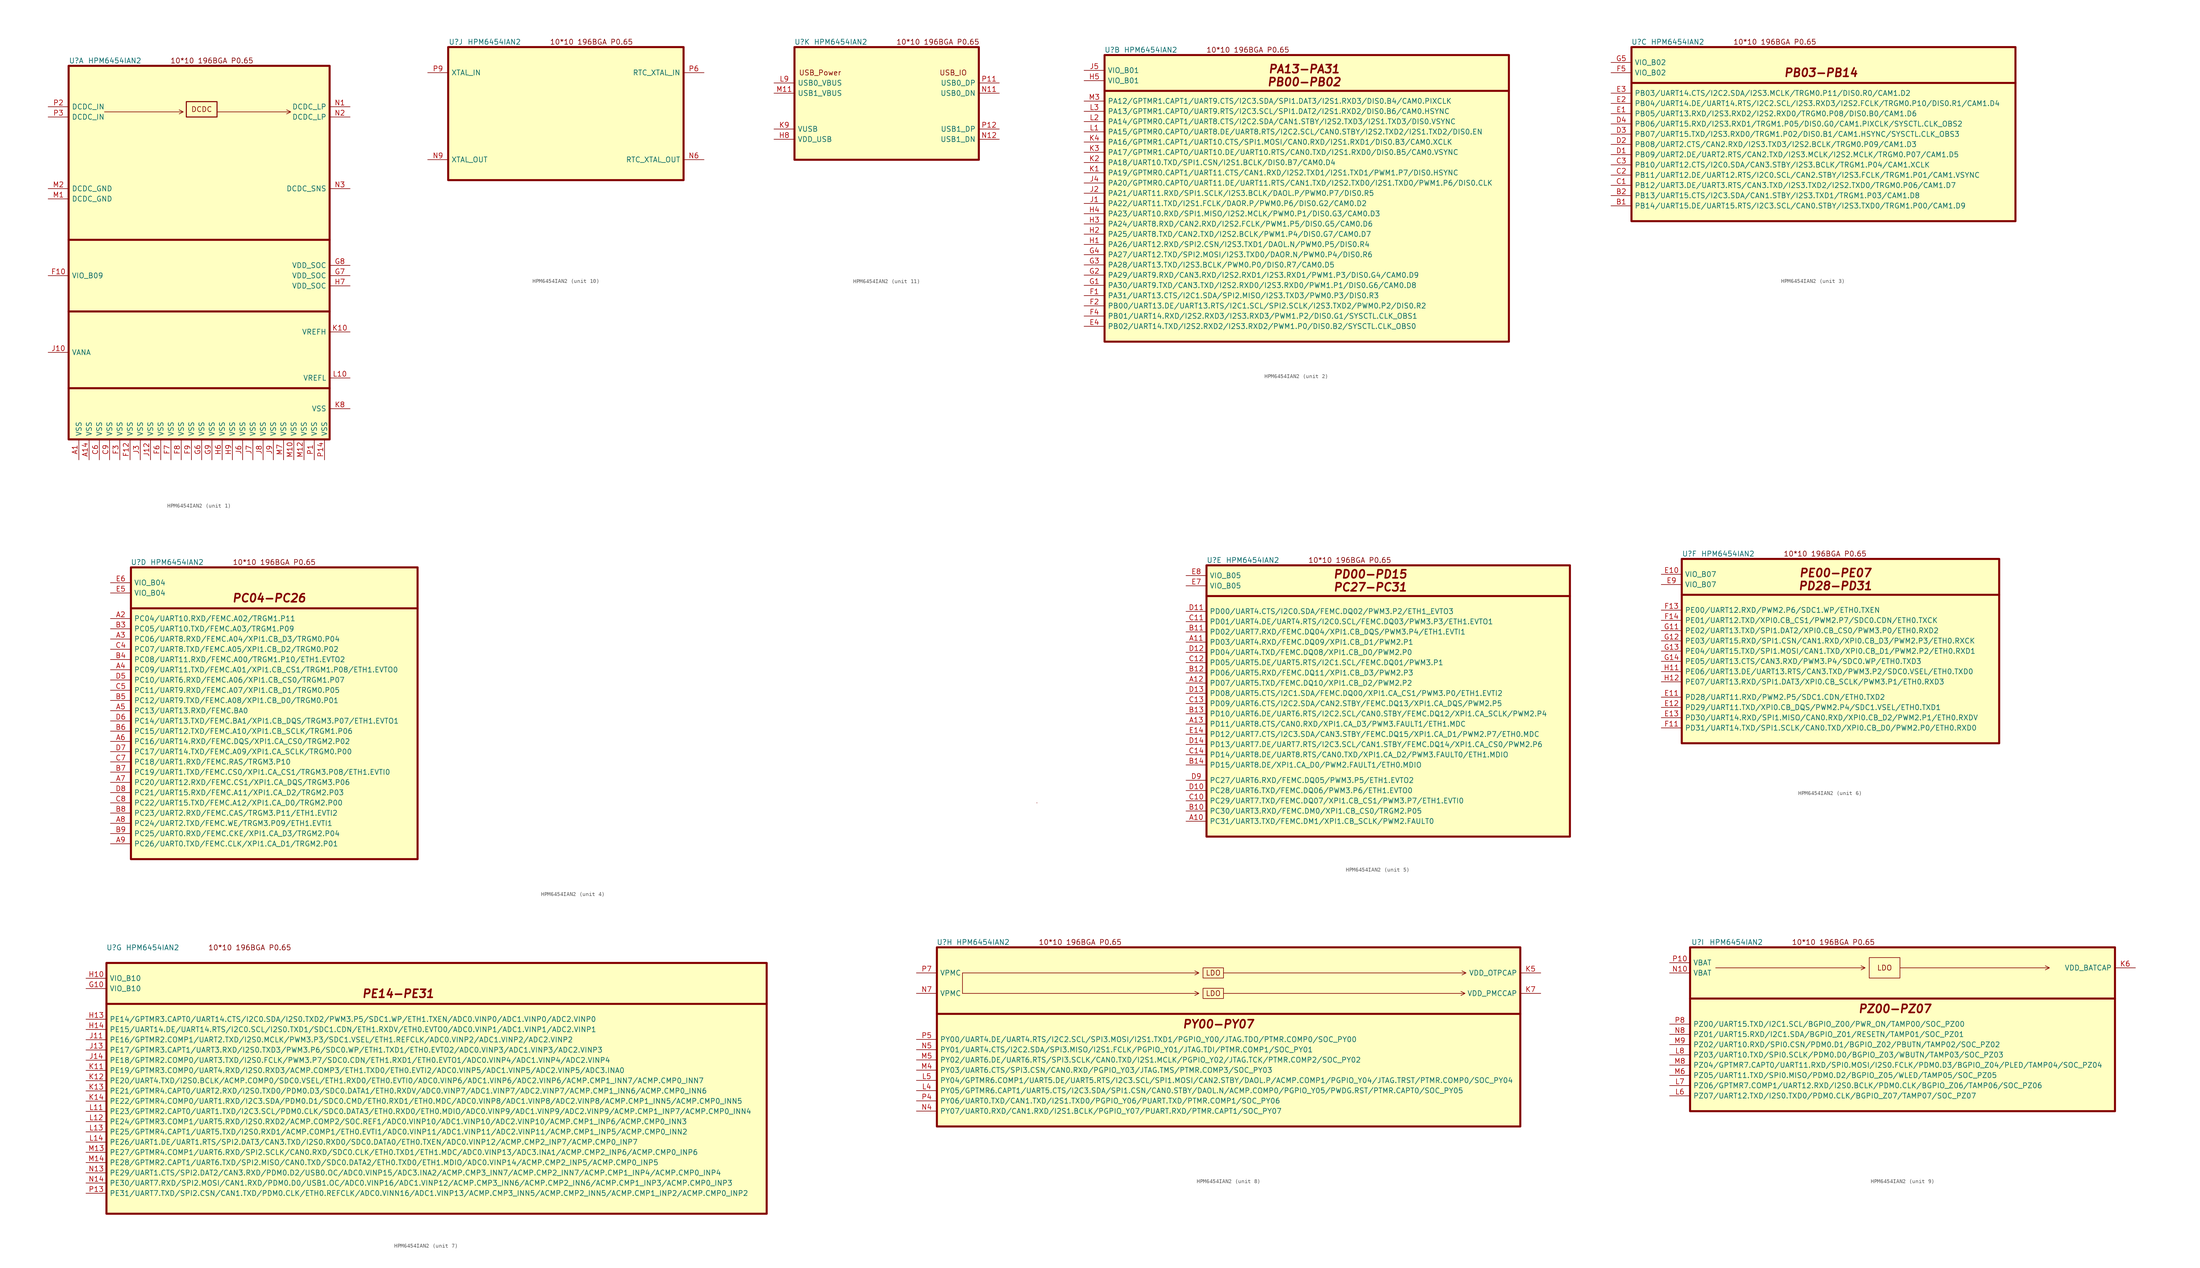
<source format=kicad_sym>
(kicad_symbol_lib
  (version 20220914)
  (generator kicad_symbol_editor)
  (symbol "HPM6454IAN2"
    (pin_names
      (offset 0.762))
    (property "Reference" "U"
      (at 1.905 1.27 0)
      (effects (font (size 1.27 1.27))))
    (property "Value" "HPM6454IAN2"
      (at 11.43 1.27 0)
      (effects (font (size 1.27 1.27))))
    (property "ki_locked" ""
      (at 0 0 0)
      (effects (font (size 1.27 1.27))))
    (symbol "HPM6454IAN2_0_0"
      (text "" (at 41.91 -51.435 0) (effects (font (size 1.27 1.27))))
      (text "10*10 196BGA P0.65" (at 35.56 1.27 0) (effects (font (size 1.27 1.27)))))
    (symbol "HPM6454IAN2_1_0"
      (polyline (pts (xy 8.89 -11.43) (xy 28.448 -11.43) (xy 27.432 -10.922) (xy 28.448 -11.43) (xy 27.432 -11.938)) (stroke (width 0) (type default)) (fill (type none)))
      (polyline (pts (xy 36.83 -11.43) (xy 55.118 -11.43) (xy 54.102 -10.922) (xy 55.118 -11.43) (xy 54.102 -11.938)) (stroke (width 0) (type default)) (fill (type none)))
      (text "DCDC" (at 33.02 -10.795 0) (effects (font (size 1.27 1.27)))))
    (symbol "HPM6454IAN2_1_1"
      (polyline (pts (xy 0 -80.01) (xy 64.77 -80.01)) (stroke (width 0.508) (type default)) (fill (type none)))
      (polyline (pts (xy 0 -60.96) (xy 64.77 -60.96)) (stroke (width 0.508) (type default)) (fill (type none)))
      (polyline (pts (xy 0 -43.18) (xy 64.77 -43.18)) (stroke (width 0.508) (type default)) (fill (type none)))
      (rectangle (start 0 0) (end 64.77 -92.71) (stroke (width 0.508) (type default)) (fill (type background)))
      (rectangle (start 29.21 -8.89) (end 36.83 -12.7) (stroke (width 0.254) (type default)) (fill (type background)))
      (pin power_out line (at 2.54 -97.79 90) (length 5.08) (name "VSS" (effects (font (size 1.27 1.27)))) (number "A1" (effects (font (size 1.27 1.27)))))
      (pin power_out line (at 5.08 -97.79 90) (length 5.08) (name "VSS" (effects (font (size 1.27 1.27)))) (number "A14" (effects (font (size 1.27 1.27)))))
      (pin power_out line (at 7.62 -97.79 90) (length 5.08) (name "VSS" (effects (font (size 1.27 1.27)))) (number "C6" (effects (font (size 1.27 1.27)))))
      (pin power_out line (at 10.16 -97.79 90) (length 5.08) (name "VSS" (effects (font (size 1.27 1.27)))) (number "C9" (effects (font (size 1.27 1.27)))))
      (pin power_in line (at -5.08 -52.07 0) (length 5.08) (name "VIO_B09" (effects (font (size 1.27 1.27)))) (number "F10" (effects (font (size 1.27 1.27)))))
      (pin power_out line (at 15.24 -97.79 90) (length 5.08) (name "VSS" (effects (font (size 1.27 1.27)))) (number "F12" (effects (font (size 1.27 1.27)))))
      (pin power_out line (at 12.7 -97.79 90) (length 5.08) (name "VSS" (effects (font (size 1.27 1.27)))) (number "F3" (effects (font (size 1.27 1.27)))))
      (pin power_out line (at 22.86 -97.79 90) (length 5.08) (name "VSS" (effects (font (size 1.27 1.27)))) (number "F6" (effects (font (size 1.27 1.27)))))
      (pin power_out line (at 25.4 -97.79 90) (length 5.08) (name "VSS" (effects (font (size 1.27 1.27)))) (number "F7" (effects (font (size 1.27 1.27)))))
      (pin power_out line (at 27.94 -97.79 90) (length 5.08) (name "VSS" (effects (font (size 1.27 1.27)))) (number "F8" (effects (font (size 1.27 1.27)))))
      (pin power_out line (at 30.48 -97.79 90) (length 5.08) (name "VSS" (effects (font (size 1.27 1.27)))) (number "F9" (effects (font (size 1.27 1.27)))))
      (pin power_out line (at 33.02 -97.79 90) (length 5.08) (name "VSS" (effects (font (size 1.27 1.27)))) (number "G6" (effects (font (size 1.27 1.27)))))
      (pin power_in line (at 69.85 -52.07 180) (length 5.08) (name "VDD_SOC" (effects (font (size 1.27 1.27)))) (number "G7" (effects (font (size 1.27 1.27)))))
      (pin power_in line (at 69.85 -49.53 180) (length 5.08) (name "VDD_SOC" (effects (font (size 1.27 1.27)))) (number "G8" (effects (font (size 1.27 1.27)))))
      (pin power_out line (at 35.56 -97.79 90) (length 5.08) (name "VSS" (effects (font (size 1.27 1.27)))) (number "G9" (effects (font (size 1.27 1.27)))))
      (pin power_out line (at 38.1 -97.79 90) (length 5.08) (name "VSS" (effects (font (size 1.27 1.27)))) (number "H6" (effects (font (size 1.27 1.27)))))
      (pin power_in line (at 69.85 -54.61 180) (length 5.08) (name "VDD_SOC" (effects (font (size 1.27 1.27)))) (number "H7" (effects (font (size 1.27 1.27)))))
      (pin power_out line (at 40.64 -97.79 90) (length 5.08) (name "VSS" (effects (font (size 1.27 1.27)))) (number "H9" (effects (font (size 1.27 1.27)))))
      (pin power_in line (at -5.08 -71.12 0) (length 5.08) (name "VANA" (effects (font (size 1.27 1.27)))) (number "J10" (effects (font (size 1.27 1.27)))))
      (pin power_out line (at 20.32 -97.79 90) (length 5.08) (name "VSS" (effects (font (size 1.27 1.27)))) (number "J12" (effects (font (size 1.27 1.27)))))
      (pin power_out line (at 17.78 -97.79 90) (length 5.08) (name "VSS" (effects (font (size 1.27 1.27)))) (number "J3" (effects (font (size 1.27 1.27)))))
      (pin power_out line (at 43.18 -97.79 90) (length 5.08) (name "VSS" (effects (font (size 1.27 1.27)))) (number "J6" (effects (font (size 1.27 1.27)))))
      (pin power_out line (at 45.72 -97.79 90) (length 5.08) (name "VSS" (effects (font (size 1.27 1.27)))) (number "J7" (effects (font (size 1.27 1.27)))))
      (pin power_out line (at 48.26 -97.79 90) (length 5.08) (name "VSS" (effects (font (size 1.27 1.27)))) (number "J8" (effects (font (size 1.27 1.27)))))
      (pin power_out line (at 50.8 -97.79 90) (length 5.08) (name "VSS" (effects (font (size 1.27 1.27)))) (number "J9" (effects (font (size 1.27 1.27)))))
      (pin power_in line (at 69.85 -66.04 180) (length 5.08) (name "VREFH" (effects (font (size 1.27 1.27)))) (number "K10" (effects (font (size 1.27 1.27)))))
      (pin power_out line (at 69.85 -85.09 180) (length 5.08) (name "VSS" (effects (font (size 1.27 1.27)))) (number "K8" (effects (font (size 1.27 1.27)))))
      (pin power_out line (at 69.85 -77.47 180) (length 5.08) (name "VREFL" (effects (font (size 1.27 1.27)))) (number "L10" (effects (font (size 1.27 1.27)))))
      (pin power_out line (at -5.08 -33.02 0) (length 5.08) (name "DCDC_GND" (effects (font (size 1.27 1.27)))) (number "M1" (effects (font (size 1.27 1.27)))))
      (pin power_out line (at 55.88 -97.79 90) (length 5.08) (name "VSS" (effects (font (size 1.27 1.27)))) (number "M10" (effects (font (size 1.27 1.27)))))
      (pin power_out line (at 58.42 -97.79 90) (length 5.08) (name "VSS" (effects (font (size 1.27 1.27)))) (number "M12" (effects (font (size 1.27 1.27)))))
      (pin power_out line (at -5.08 -30.48 0) (length 5.08) (name "DCDC_GND" (effects (font (size 1.27 1.27)))) (number "M2" (effects (font (size 1.27 1.27)))))
      (pin power_out line (at 53.34 -97.79 90) (length 5.08) (name "VSS" (effects (font (size 1.27 1.27)))) (number "M7" (effects (font (size 1.27 1.27)))))
      (pin power_out line (at 69.85 -10.16 180) (length 5.08) (name "DCDC_LP" (effects (font (size 1.27 1.27)))) (number "N1" (effects (font (size 1.27 1.27)))))
      (pin power_out line (at 69.85 -12.7 180) (length 5.08) (name "DCDC_LP" (effects (font (size 1.27 1.27)))) (number "N2" (effects (font (size 1.27 1.27)))))
      (pin input line (at 69.85 -30.48 180) (length 5.08) (name "DCDC_SNS" (effects (font (size 1.27 1.27)))) (number "N3" (effects (font (size 1.27 1.27)))))
      (pin power_out line (at 60.96 -97.79 90) (length 5.08) (name "VSS" (effects (font (size 1.27 1.27)))) (number "P1" (effects (font (size 1.27 1.27)))))
      (pin power_out line (at 63.5 -97.79 90) (length 5.08) (name "VSS" (effects (font (size 1.27 1.27)))) (number "P14" (effects (font (size 1.27 1.27)))))
      (pin power_in line (at -5.08 -10.16 0) (length 5.08) (name "DCDC_IN" (effects (font (size 1.27 1.27)))) (number "P2" (effects (font (size 1.27 1.27)))))
      (pin power_in line (at -5.08 -12.7 0) (length 5.08) (name "DCDC_IN" (effects (font (size 1.27 1.27)))) (number "P3" (effects (font (size 1.27 1.27))))))
    (symbol "HPM6454IAN2_2_0"
      (polyline (pts (xy 0 -8.89) (xy 100.33 -8.89)) (stroke (width 0.5) (type default)) (fill (type none)))
      (rectangle (start 0 0) (end 100.33 -71.12) (stroke (width 0.5) (type default)) (fill (type background))))
    (symbol "HPM6454IAN2_2_1"
      (text "PA13-PA31\nPB00-PB02" (at 49.53 -5.08 0) (effects (font (face "KiCad Font") (size 2 2) bold italic)))
      (pin bidirectional line (at -5.08 -67.31 0) (length 5.08) (name "PB02/UART14.TXD/I2S2.RXD2/I2S3.RXD2/PWM1.P0/DIS0.B2/SYSCTL.CLK_OBS0" (effects (font (size 1.27 1.27)))) (number "E4" (effects (font (size 1.27 1.27)))))
      (pin bidirectional line (at -5.08 -59.69 0) (length 5.08) (name "PA31/UART13.CTS/I2C1.SDA/SPI2.MISO/I2S3.TXD3/PWM0.P3/DIS0.R3" (effects (font (size 1.27 1.27)))) (number "F1" (effects (font (size 1.27 1.27)))))
      (pin bidirectional line (at -5.08 -62.23 0) (length 5.08) (name "PB00/UART13.DE/UART13.RTS/I2C1.SCL/SPI2.SCLK/I2S3.TXD2/PWM0.P2/DIS0.R2" (effects (font (size 1.27 1.27)))) (number "F2" (effects (font (size 1.27 1.27)))))
      (pin bidirectional line (at -5.08 -64.77 0) (length 5.08) (name "PB01/UART14.RXD/I2S2.RXD3/I2S3.RXD3/PWM1.P2/DIS0.G1/SYSCTL.CLK_OBS1" (effects (font (size 1.27 1.27)))) (number "F4" (effects (font (size 1.27 1.27)))))
      (pin bidirectional line (at -5.08 -57.15 0) (length 5.08) (name "PA30/UART9.TXD/CAN3.TXD/I2S2.RXD0/I2S3.RXD0/PWM1.P1/DIS0.G6/CAM0.D8" (effects (font (size 1.27 1.27)))) (number "G1" (effects (font (size 1.27 1.27)))))
      (pin bidirectional line (at -5.08 -54.61 0) (length 5.08) (name "PA29/UART9.RXD/CAN3.RXD/I2S2.RXD1/I2S3.RXD1/PWM1.P3/DIS0.G4/CAM0.D9" (effects (font (size 1.27 1.27)))) (number "G2" (effects (font (size 1.27 1.27)))))
      (pin bidirectional line (at -5.08 -52.07 0) (length 5.08) (name "PA28/UART13.TXD/I2S3.BCLK/PWM0.P0/DIS0.R7/CAM0.D5" (effects (font (size 1.27 1.27)))) (number "G3" (effects (font (size 1.27 1.27)))))
      (pin bidirectional line (at -5.08 -49.53 0) (length 5.08) (name "PA27/UART12.TXD/SPI2.MOSI/I2S3.TXD0/DAOR.N/PWM0.P4/DIS0.R6" (effects (font (size 1.27 1.27)))) (number "G4" (effects (font (size 1.27 1.27)))))
      (pin bidirectional line (at -5.08 -46.99 0) (length 5.08) (name "PA26/UART12.RXD/SPI2.CSN/I2S3.TXD1/DAOL.N/PWM0.P5/DIS0.R4" (effects (font (size 1.27 1.27)))) (number "H1" (effects (font (size 1.27 1.27)))))
      (pin bidirectional line (at -5.08 -44.45 0) (length 5.08) (name "PA25/UART8.TXD/CAN2.TXD/I2S2.BCLK/PWM1.P4/DIS0.G7/CAM0.D7" (effects (font (size 1.27 1.27)))) (number "H2" (effects (font (size 1.27 1.27)))))
      (pin bidirectional line (at -5.08 -41.91 0) (length 5.08) (name "PA24/UART8.RXD/CAN2.RXD/I2S2.FCLK/PWM1.P5/DIS0.G5/CAM0.D6" (effects (font (size 1.27 1.27)))) (number "H3" (effects (font (size 1.27 1.27)))))
      (pin bidirectional line (at -5.08 -39.37 0) (length 5.08) (name "PA23/UART10.RXD/SPI1.MISO/I2S2.MCLK/PWM0.P1/DIS0.G3/CAM0.D3" (effects (font (size 1.27 1.27)))) (number "H4" (effects (font (size 1.27 1.27)))))
      (pin power_in line (at -5.08 -6.35 0) (length 5.08) (name "VIO_B01" (effects (font (size 1.27 1.27)))) (number "H5" (effects (font (size 1.27 1.27)))))
      (pin bidirectional line (at -5.08 -36.83 0) (length 5.08) (name "PA22/UART11.TXD/I2S1.FCLK/DAOR.P/PWM0.P6/DIS0.G2/CAM0.D2" (effects (font (size 1.27 1.27)))) (number "J1" (effects (font (size 1.27 1.27)))))
      (pin bidirectional line (at -5.08 -34.29 0) (length 5.08) (name "PA21/UART11.RXD/SPI1.SCLK/I2S3.BCLK/DAOL.P/PWM0.P7/DIS0.R5" (effects (font (size 1.27 1.27)))) (number "J2" (effects (font (size 1.27 1.27)))))
      (pin bidirectional line (at -5.08 -31.75 0) (length 5.08) (name "PA20/GPTMR0.CAPT0/UART11.DE/UART11.RTS/CAN1.TXD/I2S2.TXD0/I2S1.TXD0/PWM1.P6/DIS0.CLK" (effects (font (size 1.27 1.27)))) (number "J4" (effects (font (size 1.27 1.27)))))
      (pin power_in line (at -5.08 -3.81 0) (length 5.08) (name "VIO_B01" (effects (font (size 1.27 1.27)))) (number "J5" (effects (font (size 1.27 1.27)))))
      (pin bidirectional line (at -5.08 -29.21 0) (length 5.08) (name "PA19/GPTMR0.CAPT1/UART11.CTS/CAN1.RXD/I2S2.TXD1/I2S1.TXD1/PWM1.P7/DIS0.HSYNC" (effects (font (size 1.27 1.27)))) (number "K1" (effects (font (size 1.27 1.27)))))
      (pin bidirectional line (at -5.08 -26.67 0) (length 5.08) (name "PA18/UART10.TXD/SPI1.CSN/I2S1.BCLK/DIS0.B7/CAM0.D4" (effects (font (size 1.27 1.27)))) (number "K2" (effects (font (size 1.27 1.27)))))
      (pin bidirectional line (at -5.08 -24.13 0) (length 5.08) (name "PA17/GPTMR1.CAPT0/UART10.DE/UART10.RTS/CAN0.TXD/I2S1.RXD0/DIS0.B5/CAM0.VSYNC" (effects (font (size 1.27 1.27)))) (number "K3" (effects (font (size 1.27 1.27)))))
      (pin bidirectional line (at -5.08 -21.59 0) (length 5.08) (name "PA16/GPTMR1.CAPT1/UART10.CTS/SPI1.MOSI/CAN0.RXD/I2S1.RXD1/DIS0.B3/CAM0.XCLK" (effects (font (size 1.27 1.27)))) (number "K4" (effects (font (size 1.27 1.27)))))
      (pin bidirectional line (at -5.08 -19.05 0) (length 5.08) (name "PA15/GPTMR0.CAPT0/UART8.DE/UART8.RTS/I2C2.SCL/CAN0.STBY/I2S2.TXD2/I2S1.TXD2/DIS0.EN" (effects (font (size 1.27 1.27)))) (number "L1" (effects (font (size 1.27 1.27)))))
      (pin bidirectional line (at -5.08 -16.51 0) (length 5.08) (name "PA14/GPTMR0.CAPT1/UART8.CTS/I2C2.SDA/CAN1.STBY/I2S2.TXD3/I2S1.TXD3/DIS0.VSYNC" (effects (font (size 1.27 1.27)))) (number "L2" (effects (font (size 1.27 1.27)))))
      (pin bidirectional line (at -5.08 -13.97 0) (length 5.08) (name "PA13/GPTMR1.CAPT0/UART9.RTS/I2C3.SCL/SPI1.DAT2/I2S1.RXD2/DIS0.B6/CAM0.HSYNC" (effects (font (size 1.27 1.27)))) (number "L3" (effects (font (size 1.27 1.27)))))
      (pin bidirectional line (at -5.08 -11.43 0) (length 5.08) (name "PA12/GPTMR1.CAPT1/UART9.CTS/I2C3.SDA/SPI1.DAT3/I2S1.RXD3/DIS0.B4/CAM0.PIXCLK" (effects (font (size 1.27 1.27)))) (number "M3" (effects (font (size 1.27 1.27))))))
    (symbol "HPM6454IAN2_3_0"
      (polyline (pts (xy 0 -8.89) (xy 95.25 -8.89)) (stroke (width 0.5) (type default)) (fill (type none)))
      (rectangle (start 0 0) (end 95.25 -43.18) (stroke (width 0.508) (type default)) (fill (type background))))
    (symbol "HPM6454IAN2_3_1"
      (text "PB03-PB14" (at 46.99 -6.35 0) (effects (font (face "KiCad Font") (size 2 2) bold italic)))
      (pin bidirectional line (at -5.08 -39.37 0) (length 5.08) (name "PB14/UART15.DE/UART15.RTS/I2C3.SCL/CAN0.STBY/I2S3.TXD0/TRGM1.P00/CAM1.D9" (effects (font (size 1.27 1.27)))) (number "B1" (effects (font (size 1.27 1.27)))))
      (pin bidirectional line (at -5.08 -36.83 0) (length 5.08) (name "PB13/UART15.CTS/I2C3.SDA/CAN1.STBY/I2S3.TXD1/TRGM1.P03/CAM1.D8" (effects (font (size 1.27 1.27)))) (number "B2" (effects (font (size 1.27 1.27)))))
      (pin bidirectional line (at -5.08 -34.29 0) (length 5.08) (name "PB12/UART3.DE/UART3.RTS/CAN3.TXD/I2S3.TXD2/I2S2.TXD0/TRGM0.P06/CAM1.D7" (effects (font (size 1.27 1.27)))) (number "C1" (effects (font (size 1.27 1.27)))))
      (pin bidirectional line (at -5.08 -31.75 0) (length 5.08) (name "PB11/UART12.DE/UART12.RTS/I2C0.SCL/CAN2.STBY/I2S3.FCLK/TRGM1.P01/CAM1.VSYNC" (effects (font (size 1.27 1.27)))) (number "C2" (effects (font (size 1.27 1.27)))))
      (pin bidirectional line (at -5.08 -29.21 0) (length 5.08) (name "PB10/UART12.CTS/I2C0.SDA/CAN3.STBY/I2S3.BCLK/TRGM1.P04/CAM1.XCLK" (effects (font (size 1.27 1.27)))) (number "C3" (effects (font (size 1.27 1.27)))))
      (pin bidirectional line (at -5.08 -26.67 0) (length 5.08) (name "PB09/UART2.DE/UART2.RTS/CAN2.TXD/I2S3.MCLK/I2S2.MCLK/TRGM0.P07/CAM1.D5" (effects (font (size 1.27 1.27)))) (number "D1" (effects (font (size 1.27 1.27)))))
      (pin bidirectional line (at -5.08 -24.13 0) (length 5.08) (name "PB08/UART2.CTS/CAN2.RXD/I2S3.TXD3/I2S2.BCLK/TRGM0.P09/CAM1.D3" (effects (font (size 1.27 1.27)))) (number "D2" (effects (font (size 1.27 1.27)))))
      (pin bidirectional line (at -5.08 -21.59 0) (length 5.08) (name "PB07/UART15.TXD/I2S3.RXD0/TRGM1.P02/DIS0.B1/CAM1.HSYNC/SYSCTL.CLK_OBS3" (effects (font (size 1.27 1.27)))) (number "D3" (effects (font (size 1.27 1.27)))))
      (pin bidirectional line (at -5.08 -19.05 0) (length 5.08) (name "PB06/UART15.RXD/I2S3.RXD1/TRGM1.P05/DIS0.G0/CAM1.PIXCLK/SYSCTL.CLK_OBS2" (effects (font (size 1.27 1.27)))) (number "D4" (effects (font (size 1.27 1.27)))))
      (pin bidirectional line (at -5.08 -16.51 0) (length 5.08) (name "PB05/UART13.RXD/I2S3.RXD2/I2S2.RXD0/TRGM0.P08/DIS0.B0/CAM1.D6" (effects (font (size 1.27 1.27)))) (number "E1" (effects (font (size 1.27 1.27)))))
      (pin bidirectional line (at -5.08 -13.97 0) (length 5.08) (name "PB04/UART14.DE/UART14.RTS/I2C2.SCL/I2S3.RXD3/I2S2.FCLK/TRGM0.P10/DIS0.R1/CAM1.D4" (effects (font (size 1.27 1.27)))) (number "E2" (effects (font (size 1.27 1.27)))))
      (pin bidirectional line (at -5.08 -11.43 0) (length 5.08) (name "PB03/UART14.CTS/I2C2.SDA/I2S3.MCLK/TRGM0.P11/DIS0.R0/CAM1.D2" (effects (font (size 1.27 1.27)))) (number "E3" (effects (font (size 1.27 1.27)))))
      (pin power_in line (at -5.08 -6.35 0) (length 5.08) (name "VIO_B02" (effects (font (size 1.27 1.27)))) (number "F5" (effects (font (size 1.27 1.27)))))
      (pin power_in line (at -5.08 -3.81 0) (length 5.08) (name "VIO_B02" (effects (font (size 1.27 1.27)))) (number "G5" (effects (font (size 1.27 1.27))))))
    (symbol "HPM6454IAN2_4_0"
      (polyline (pts (xy 0 -10.16) (xy 71.12 -10.16)) (stroke (width 0.5) (type default)) (fill (type none)))
      (rectangle (start 0 0) (end 71.12 -72.39) (stroke (width 0.508) (type default)) (fill (type background)))
      (rectangle (start 224.79 -58.42) (end 224.79 -58.42) (stroke (width 0) (type default)) (fill (type none)))
      (rectangle (start 224.79 -58.42) (end 224.79 -58.42) (stroke (width 0) (type default)) (fill (type none))))
    (symbol "HPM6454IAN2_4_1"
      (text "PC04-PC26" (at 34.29 -7.62 0) (effects (font (face "KiCad Font") (size 2 2) bold italic)))
      (pin bidirectional line (at -5.08 -12.7 0) (length 5.08) (name "PC04/UART10.RXD/FEMC.A02/TRGM1.P11" (effects (font (size 1.27 1.27)))) (number "A2" (effects (font (size 1.27 1.27)))))
      (pin bidirectional line (at -5.08 -17.78 0) (length 5.08) (name "PC06/UART8.RXD/FEMC.A04/XPI1.CB_D3/TRGM0.P04" (effects (font (size 1.27 1.27)))) (number "A3" (effects (font (size 1.27 1.27)))))
      (pin bidirectional line (at -5.08 -25.4 0) (length 5.08) (name "PC09/UART11.TXD/FEMC.A01/XPI1.CB_CS1/TRGM1.P08/ETH1.EVTO0" (effects (font (size 1.27 1.27)))) (number "A4" (effects (font (size 1.27 1.27)))))
      (pin bidirectional line (at -5.08 -35.56 0) (length 5.08) (name "PC13/UART13.RXD/FEMC.BA0" (effects (font (size 1.27 1.27)))) (number "A5" (effects (font (size 1.27 1.27)))))
      (pin bidirectional line (at -5.08 -43.18 0) (length 5.08) (name "PC16/UART14.RXD/FEMC.DQS/XPI1.CA_CS0/TRGM2.P02" (effects (font (size 1.27 1.27)))) (number "A6" (effects (font (size 1.27 1.27)))))
      (pin bidirectional line (at -5.08 -53.34 0) (length 5.08) (name "PC20/UART12.RXD/FEMC.CS1/XPI1.CA_DQS/TRGM3.P06" (effects (font (size 1.27 1.27)))) (number "A7" (effects (font (size 1.27 1.27)))))
      (pin bidirectional line (at -5.08 -63.5 0) (length 5.08) (name "PC24/UART2.TXD/FEMC.WE/TRGM3.P09/ETH1.EVTI1" (effects (font (size 1.27 1.27)))) (number "A8" (effects (font (size 1.27 1.27)))))
      (pin bidirectional line (at -5.08 -68.58 0) (length 5.08) (name "PC26/UART0.TXD/FEMC.CLK/XPI1.CA_D1/TRGM2.P01" (effects (font (size 1.27 1.27)))) (number "A9" (effects (font (size 1.27 1.27)))))
      (pin bidirectional line (at -5.08 -15.24 0) (length 5.08) (name "PC05/UART10.TXD/FEMC.A03/TRGM1.P09" (effects (font (size 1.27 1.27)))) (number "B3" (effects (font (size 1.27 1.27)))))
      (pin bidirectional line (at -5.08 -22.86 0) (length 5.08) (name "PC08/UART11.RXD/FEMC.A00/TRGM1.P10/ETH1.EVTO2" (effects (font (size 1.27 1.27)))) (number "B4" (effects (font (size 1.27 1.27)))))
      (pin bidirectional line (at -5.08 -33.02 0) (length 5.08) (name "PC12/UART9.TXD/FEMC.A08/XPI1.CB_D0/TRGM0.P01" (effects (font (size 1.27 1.27)))) (number "B5" (effects (font (size 1.27 1.27)))))
      (pin bidirectional line (at -5.08 -40.64 0) (length 5.08) (name "PC15/UART12.TXD/FEMC.A10/XPI1.CB_SCLK/TRGM1.P06" (effects (font (size 1.27 1.27)))) (number "B6" (effects (font (size 1.27 1.27)))))
      (pin bidirectional line (at -5.08 -50.8 0) (length 5.08) (name "PC19/UART1.TXD/FEMC.CS0/XPI1.CA_CS1/TRGM3.P08/ETH1.EVTI0" (effects (font (size 1.27 1.27)))) (number "B7" (effects (font (size 1.27 1.27)))))
      (pin bidirectional line (at -5.08 -60.96 0) (length 5.08) (name "PC23/UART2.RXD/FEMC.CAS/TRGM3.P11/ETH1.EVTI2" (effects (font (size 1.27 1.27)))) (number "B8" (effects (font (size 1.27 1.27)))))
      (pin bidirectional line (at -5.08 -66.04 0) (length 5.08) (name "PC25/UART0.RXD/FEMC.CKE/XPI1.CA_D3/TRGM2.P04" (effects (font (size 1.27 1.27)))) (number "B9" (effects (font (size 1.27 1.27)))))
      (pin bidirectional line (at -5.08 -20.32 0) (length 5.08) (name "PC07/UART8.TXD/FEMC.A05/XPI1.CB_D2/TRGM0.P02" (effects (font (size 1.27 1.27)))) (number "C4" (effects (font (size 1.27 1.27)))))
      (pin bidirectional line (at -5.08 -30.48 0) (length 5.08) (name "PC11/UART9.RXD/FEMC.A07/XPI1.CB_D1/TRGM0.P05" (effects (font (size 1.27 1.27)))) (number "C5" (effects (font (size 1.27 1.27)))))
      (pin bidirectional line (at -5.08 -48.26 0) (length 5.08) (name "PC18/UART1.RXD/FEMC.RAS/TRGM3.P10" (effects (font (size 1.27 1.27)))) (number "C7" (effects (font (size 1.27 1.27)))))
      (pin bidirectional line (at -5.08 -58.42 0) (length 5.08) (name "PC22/UART15.TXD/FEMC.A12/XPI1.CA_D0/TRGM2.P00" (effects (font (size 1.27 1.27)))) (number "C8" (effects (font (size 1.27 1.27)))))
      (pin bidirectional line (at -5.08 -27.94 0) (length 5.08) (name "PC10/UART6.RXD/FEMC.A06/XPI1.CB_CS0/TRGM1.P07" (effects (font (size 1.27 1.27)))) (number "D5" (effects (font (size 1.27 1.27)))))
      (pin bidirectional line (at -5.08 -38.1 0) (length 5.08) (name "PC14/UART13.TXD/FEMC.BA1/XPI1.CB_DQS/TRGM3.P07/ETH1.EVTO1" (effects (font (size 1.27 1.27)))) (number "D6" (effects (font (size 1.27 1.27)))))
      (pin bidirectional line (at -5.08 -45.72 0) (length 5.08) (name "PC17/UART14.TXD/FEMC.A09/XPI1.CA_SCLK/TRGM0.P00" (effects (font (size 1.27 1.27)))) (number "D7" (effects (font (size 1.27 1.27)))))
      (pin bidirectional line (at -5.08 -55.88 0) (length 5.08) (name "PC21/UART15.RXD/FEMC.A11/XPI1.CA_D2/TRGM2.P03" (effects (font (size 1.27 1.27)))) (number "D8" (effects (font (size 1.27 1.27)))))
      (pin power_in line (at -5.08 -6.35 0) (length 5.08) (name "VIO_B04" (effects (font (size 1.27 1.27)))) (number "E5" (effects (font (size 1.27 1.27)))))
      (pin power_in line (at -5.08 -3.81 0) (length 5.08) (name "VIO_B04" (effects (font (size 1.27 1.27)))) (number "E6" (effects (font (size 1.27 1.27))))))
    (symbol "HPM6454IAN2_5_0"
      (polyline (pts (xy 0 -7.62) (xy 90.17 -7.62)) (stroke (width 0.5) (type default)) (fill (type none)))
      (rectangle (start 0 0) (end 90.17 -67.31) (stroke (width 0.508) (type default)) (fill (type background))))
    (symbol "HPM6454IAN2_5_1"
      (text "PD00-PD15\nPC27-PC31" (at 40.64 -3.81 0) (effects (font (face "KiCad Font") (size 2 2) bold italic)))
      (pin bidirectional line (at -5.08 -63.5 0) (length 5.08) (name "PC31/UART3.TXD/FEMC.DM1/XPI1.CB_SCLK/PWM2.FAULT0" (effects (font (size 1.27 1.27)))) (number "A10" (effects (font (size 1.27 1.27)))))
      (pin bidirectional line (at -5.08 -19.05 0) (length 5.08) (name "PD03/UART4.RXD/FEMC.DQ09/XPI1.CB_D1/PWM2.P1" (effects (font (size 1.27 1.27)))) (number "A11" (effects (font (size 1.27 1.27)))))
      (pin bidirectional line (at -5.08 -29.21 0) (length 5.08) (name "PD07/UART5.TXD/FEMC.DQ10/XPI1.CB_D2/PWM2.P2" (effects (font (size 1.27 1.27)))) (number "A12" (effects (font (size 1.27 1.27)))))
      (pin bidirectional line (at -5.08 -39.37 0) (length 5.08) (name "PD11/UART8.CTS/CAN0.RXD/XPI1.CA_D3/PWM3.FAULT1/ETH1.MDC" (effects (font (size 1.27 1.27)))) (number "A13" (effects (font (size 1.27 1.27)))))
      (pin bidirectional line (at -5.08 -60.96 0) (length 5.08) (name "PC30/UART3.RXD/FEMC.DM0/XPI1.CB_CS0/TRGM2.P05" (effects (font (size 1.27 1.27)))) (number "B10" (effects (font (size 1.27 1.27)))))
      (pin bidirectional line (at -5.08 -16.51 0) (length 5.08) (name "PD02/UART7.RXD/FEMC.DQ04/XPI1.CB_DQS/PWM3.P4/ETH1.EVTI1" (effects (font (size 1.27 1.27)))) (number "B11" (effects (font (size 1.27 1.27)))))
      (pin bidirectional line (at -5.08 -26.67 0) (length 5.08) (name "PD06/UART5.RXD/FEMC.DQ11/XPI1.CB_D3/PWM2.P3" (effects (font (size 1.27 1.27)))) (number "B12" (effects (font (size 1.27 1.27)))))
      (pin bidirectional line (at -5.08 -36.83 0) (length 5.08) (name "PD10/UART6.DE/UART6.RTS/I2C2.SCL/CAN0.STBY/FEMC.DQ12/XPI1.CA_SCLK/PWM2.P4" (effects (font (size 1.27 1.27)))) (number "B13" (effects (font (size 1.27 1.27)))))
      (pin bidirectional line (at -5.08 -49.53 0) (length 5.08) (name "PD15/UART8.DE/XPI1.CA_D0/PWM2.FAULT1/ETH0.MDIO" (effects (font (size 1.27 1.27)))) (number "B14" (effects (font (size 1.27 1.27)))))
      (pin bidirectional line (at -5.08 -58.42 0) (length 5.08) (name "PC29/UART7.TXD/FEMC.DQ07/XPI1.CB_CS1/PWM3.P7/ETH1.EVTI0" (effects (font (size 1.27 1.27)))) (number "C10" (effects (font (size 1.27 1.27)))))
      (pin bidirectional line (at -5.08 -13.97 0) (length 5.08) (name "PD01/UART4.DE/UART4.RTS/I2C0.SCL/FEMC.DQ03/PWM3.P3/ETH1.EVTO1" (effects (font (size 1.27 1.27)))) (number "C11" (effects (font (size 1.27 1.27)))))
      (pin bidirectional line (at -5.08 -24.13 0) (length 5.08) (name "PD05/UART5.DE/UART5.RTS/I2C1.SCL/FEMC.DQ01/PWM3.P1" (effects (font (size 1.27 1.27)))) (number "C12" (effects (font (size 1.27 1.27)))))
      (pin bidirectional line (at -5.08 -34.29 0) (length 5.08) (name "PD09/UART6.CTS/I2C2.SDA/CAN2.STBY/FEMC.DQ13/XPI1.CA_DQS/PWM2.P5" (effects (font (size 1.27 1.27)))) (number "C13" (effects (font (size 1.27 1.27)))))
      (pin bidirectional line (at -5.08 -46.99 0) (length 5.08) (name "PD14/UART8.DE/UART8.RTS/CAN0.TXD/XPI1.CA_D2/PWM3.FAULT0/ETH1.MDIO" (effects (font (size 1.27 1.27)))) (number "C14" (effects (font (size 1.27 1.27)))))
      (pin bidirectional line (at -5.08 -55.88 0) (length 5.08) (name "PC28/UART6.TXD/FEMC.DQ06/PWM3.P6/ETH1.EVTO0" (effects (font (size 1.27 1.27)))) (number "D10" (effects (font (size 1.27 1.27)))))
      (pin bidirectional line (at -5.08 -11.43 0) (length 5.08) (name "PD00/UART4.CTS/I2C0.SDA/FEMC.DQ02/PWM3.P2/ETH1_EVTO3" (effects (font (size 1.27 1.27)))) (number "D11" (effects (font (size 1.27 1.27)))))
      (pin bidirectional line (at -5.08 -21.59 0) (length 5.08) (name "PD04/UART4.TXD/FEMC.DQ08/XPI1.CB_D0/PWM2.P0" (effects (font (size 1.27 1.27)))) (number "D12" (effects (font (size 1.27 1.27)))))
      (pin bidirectional line (at -5.08 -31.75 0) (length 5.08) (name "PD08/UART5.CTS/I2C1.SDA/FEMC.DQ00/XPI1.CA_CS1/PWM3.P0/ETH1.EVTI2" (effects (font (size 1.27 1.27)))) (number "D13" (effects (font (size 1.27 1.27)))))
      (pin bidirectional line (at -5.08 -44.45 0) (length 5.08) (name "PD13/UART7.DE/UART7.RTS/I2C3.SCL/CAN1.STBY/FEMC.DQ14/XPI1.CA_CS0/PWM2.P6" (effects (font (size 1.27 1.27)))) (number "D14" (effects (font (size 1.27 1.27)))))
      (pin bidirectional line (at -5.08 -53.34 0) (length 5.08) (name "PC27/UART6.RXD/FEMC.DQ05/PWM3.P5/ETH1.EVTO2" (effects (font (size 1.27 1.27)))) (number "D9" (effects (font (size 1.27 1.27)))))
      (pin bidirectional line (at -5.08 -41.91 0) (length 5.08) (name "PD12/UART7.CTS/I2C3.SDA/CAN3.STBY/FEMC.DQ15/XPI1.CA_D1/PWM2.P7/ETH0.MDC" (effects (font (size 1.27 1.27)))) (number "E14" (effects (font (size 1.27 1.27)))))
      (pin power_in line (at -5.08 -5.08 0) (length 5.08) (name "VIO_B05" (effects (font (size 1.27 1.27)))) (number "E7" (effects (font (size 1.27 1.27)))))
      (pin power_in line (at -5.08 -2.54 0) (length 5.08) (name "VIO_B05" (effects (font (size 1.27 1.27)))) (number "E8" (effects (font (size 1.27 1.27))))))
    (symbol "HPM6454IAN2_6_0"
      (polyline (pts (xy 0 -8.89) (xy 78.74 -8.89)) (stroke (width 0.5) (type default)) (fill (type none)))
      (rectangle (start 0 0) (end 78.74 -45.72) (stroke (width 0.508) (type default)) (fill (type background))))
    (symbol "HPM6454IAN2_6_1"
      (text "PE00-PE07\nPD28-PD31" (at 38.1 -5.08 0) (effects (font (face "KiCad Font") (size 2 2) bold italic)))
      (pin power_in line (at -5.08 -3.81 0) (length 5.08) (name "VIO_B07" (effects (font (size 1.27 1.27)))) (number "E10" (effects (font (size 1.27 1.27)))))
      (pin bidirectional line (at -5.08 -34.29 0) (length 5.08) (name "PD28/UART11.RXD/PWM2.P5/SDC1.CDN/ETH0.TXD2" (effects (font (size 1.27 1.27)))) (number "E11" (effects (font (size 1.27 1.27)))))
      (pin bidirectional line (at -5.08 -36.83 0) (length 5.08) (name "PD29/UART11.TXD/XPI0.CB_DQS/PWM2.P4/SDC1.VSEL/ETH0.TXD1" (effects (font (size 1.27 1.27)))) (number "E12" (effects (font (size 1.27 1.27)))))
      (pin bidirectional line (at -5.08 -39.37 0) (length 5.08) (name "PD30/UART14.RXD/SPI1.MISO/CAN0.RXD/XPI0.CB_D2/PWM2.P1/ETH0.RXDV" (effects (font (size 1.27 1.27)))) (number "E13" (effects (font (size 1.27 1.27)))))
      (pin power_in line (at -5.08 -6.35 0) (length 5.08) (name "VIO_B07" (effects (font (size 1.27 1.27)))) (number "E9" (effects (font (size 1.27 1.27)))))
      (pin bidirectional line (at -5.08 -41.91 0) (length 5.08) (name "PD31/UART14.TXD/SPI1.SCLK/CAN0.TXD/XPI0.CB_D0/PWM2.P0/ETH0.RXD0" (effects (font (size 1.27 1.27)))) (number "F11" (effects (font (size 1.27 1.27)))))
      (pin bidirectional line (at -5.08 -12.7 0) (length 5.08) (name "PE00/UART12.RXD/PWM2.P6/SDC1.WP/ETH0.TXEN" (effects (font (size 1.27 1.27)))) (number "F13" (effects (font (size 1.27 1.27)))))
      (pin bidirectional line (at -5.08 -15.24 0) (length 5.08) (name "PE01/UART12.TXD/XPI0.CB_CS1/PWM2.P7/SDC0.CDN/ETH0.TXCK" (effects (font (size 1.27 1.27)))) (number "F14" (effects (font (size 1.27 1.27)))))
      (pin bidirectional line (at -5.08 -17.78 0) (length 5.08) (name "PE02/UART13.TXD/SPI1.DAT2/XPI0.CB_CS0/PWM3.P0/ETH0.RXD2" (effects (font (size 1.27 1.27)))) (number "G11" (effects (font (size 1.27 1.27)))))
      (pin bidirectional line (at -5.08 -20.32 0) (length 5.08) (name "PE03/UART15.RXD/SPI1.CSN/CAN1.RXD/XPI0.CB_D3/PWM2.P3/ETH0.RXCK" (effects (font (size 1.27 1.27)))) (number "G12" (effects (font (size 1.27 1.27)))))
      (pin bidirectional line (at -5.08 -22.86 0) (length 5.08) (name "PE04/UART15.TXD/SPI1.MOSI/CAN1.TXD/XPI0.CB_D1/PWM2.P2/ETH0.RXD1" (effects (font (size 1.27 1.27)))) (number "G13" (effects (font (size 1.27 1.27)))))
      (pin bidirectional line (at -5.08 -25.4 0) (length 5.08) (name "PE05/UART13.CTS/CAN3.RXD/PWM3.P4/SDC0.WP/ETH0.TXD3" (effects (font (size 1.27 1.27)))) (number "G14" (effects (font (size 1.27 1.27)))))
      (pin bidirectional line (at -5.08 -27.94 0) (length 5.08) (name "PE06/UART13.DE/UART13.RTS/CAN3.TXD/PWM3.P2/SDC0.VSEL/ETH0.TXD0" (effects (font (size 1.27 1.27)))) (number "H11" (effects (font (size 1.27 1.27)))))
      (pin bidirectional line (at -5.08 -30.48 0) (length 5.08) (name "PE07/UART13.RXD/SPI1.DAT3/XPI0.CB_SCLK/PWM3.P1/ETH0.RXD3" (effects (font (size 1.27 1.27)))) (number "H12" (effects (font (size 1.27 1.27))))))
    (symbol "HPM6454IAN2_7_0"
      (rectangle (start 0 -2.54) (end 163.83 -64.77) (stroke (width 0.508) (type default)) (fill (type background)))
      (polyline (pts (xy 0 -12.7) (xy 163.83 -12.7)) (stroke (width 0.5) (type default)) (fill (type none))))
    (symbol "HPM6454IAN2_7_1"
      (text "PE14-PE31" (at 72.39 -10.16 0) (effects (font (face "KiCad Font") (size 2 2) bold italic)))
      (pin power_in line (at -5.08 -8.89 0) (length 5.08) (name "VIO_B10" (effects (font (size 1.27 1.27)))) (number "G10" (effects (font (size 1.27 1.27)))))
      (pin power_in line (at -5.08 -6.35 0) (length 5.08) (name "VIO_B10" (effects (font (size 1.27 1.27)))) (number "H10" (effects (font (size 1.27 1.27)))))
      (pin bidirectional line (at -5.08 -16.51 0) (length 5.08) (name "PE14/GPTMR3.CAPT0/UART14.CTS/I2C0.SDA/I2S0.TXD2/PWM3.P5/SDC1.WP/ETH1.TXEN/ADC0.VINP0/ADC1.VINP0/ADC2.VINP0" (effects (font (size 1.27 1.27)))) (number "H13" (effects (font (size 1.27 1.27)))))
      (pin bidirectional line (at -5.08 -19.05 0) (length 5.08) (name "PE15/UART14.DE/UART14.RTS/I2C0.SCL/I2S0.TXD1/SDC1.CDN/ETH1.RXDV/ETH0.EVTO0/ADC0.VINP1/ADC1.VINP1/ADC2.VINP1" (effects (font (size 1.27 1.27)))) (number "H14" (effects (font (size 1.27 1.27)))))
      (pin bidirectional line (at -5.08 -21.59 0) (length 5.08) (name "PE16/GPTMR2.COMP1/UART2.TXD/I2S0.MCLK/PWM3.P3/SDC1.VSEL/ETH1.REFCLK/ADC0.VINP2/ADC1.VINP2/ADC2.VINP2" (effects (font (size 1.27 1.27)))) (number "J11" (effects (font (size 1.27 1.27)))))
      (pin bidirectional line (at -5.08 -24.13 0) (length 5.08) (name "PE17/GPTMR3.CAPT1/UART3.RXD/I2S0.TXD3/PWM3.P6/SDC0.WP/ETH1.TXD1/ETH0.EVTO2/ADC0.VINP3/ADC1.VINP3/ADC2.VINP3" (effects (font (size 1.27 1.27)))) (number "J13" (effects (font (size 1.27 1.27)))))
      (pin bidirectional line (at -5.08 -26.67 0) (length 5.08) (name "PE18/GPTMR2.COMP0/UART3.TXD/I2S0.FCLK/PWM3.P7/SDC0.CDN/ETH1.RXD1/ETH0.EVTO1/ADC0.VINP4/ADC1.VINP4/ADC2.VINP4" (effects (font (size 1.27 1.27)))) (number "J14" (effects (font (size 1.27 1.27)))))
      (pin bidirectional line (at -5.08 -29.21 0) (length 5.08) (name "PE19/GPTMR3.COMP0/UART4.RXD/I2S0.RXD3/ACMP.COMP3/ETH1.TXD0/ETH0.EVTI2/ADC0.VINP5/ADC1.VINP5/ADC2.VINP5/ADC3.INA0" (effects (font (size 1.27 1.27)))) (number "K11" (effects (font (size 1.27 1.27)))))
      (pin bidirectional line (at -5.08 -31.75 0) (length 5.08) (name "PE20/UART4.TXD/I2S0.BCLK/ACMP.COMP0/SDC0.VSEL/ETH1.RXD0/ETH0.EVTI0/ADC0.VINP6/ADC1.VINP6/ADC2.VINP6/ACMP.CMP1_INN7/ACMP.CMP0_INN7" (effects (font (size 1.27 1.27)))) (number "K12" (effects (font (size 1.27 1.27)))))
      (pin bidirectional line (at -5.08 -34.29 0) (length 5.08) (name "PE21/GPTMR4.CAPT0/UART2.RXD/I2S0.TXD0/PDM0.D3/SDC0.DATA1/ETH0.RXDV/ADC0.VINP7/ADC1.VINP7/ADC2.VINP7/ACMP.CMP1_INN6/ACMP.CMP0_INN6" (effects (font (size 1.27 1.27)))) (number "K13" (effects (font (size 1.27 1.27)))))
      (pin bidirectional line (at -5.08 -36.83 0) (length 5.08) (name "PE22/GPTMR4.COMP0/UART1.RXD/I2C3.SDA/PDM0.D1/SDC0.CMD/ETH0.RXD1/ETH0.MDC/ADC0.VINP8/ADC1.VINP8/ADC2.VINP8/ACMP.CMP1_INN5/ACMP.CMP0_INN5" (effects (font (size 1.27 1.27)))) (number "K14" (effects (font (size 1.27 1.27)))))
      (pin bidirectional line (at -5.08 -39.37 0) (length 5.08) (name "PE23/GPTMR2.CAPT0/UART1.TXD/I2C3.SCL/PDM0.CLK/SDC0.DATA3/ETH0.RXD0/ETH0.MDIO/ADC0.VINP9/ADC1.VINP9/ADC2.VINP9/ACMP.CMP1_INP7/ACMP.CMP0_INN4" (effects (font (size 1.27 1.27)))) (number "L11" (effects (font (size 1.27 1.27)))))
      (pin bidirectional line (at -5.08 -41.91 0) (length 5.08) (name "PE24/GPTMR3.COMP1/UART5.RXD/I2S0.RXD2/ACMP.COMP2/SOC.REF1/ADC0.VINP10/ADC1.VINP10/ADC2.VINP10/ACMP.CMP1_INP6/ACMP.CMP0_INN3" (effects (font (size 1.27 1.27)))) (number "L12" (effects (font (size 1.27 1.27)))))
      (pin bidirectional line (at -5.08 -44.45 0) (length 5.08) (name "PE25/GPTMR4.CAPT1/UART5.TXD/I2S0.RXD1/ACMP.COMP1/ETH0.EVTI1/ADC0.VINP11/ADC1.VINP11/ADC2.VINP11/ACMP.CMP1_INP5/ACMP.CMP0_INN2" (effects (font (size 1.27 1.27)))) (number "L13" (effects (font (size 1.27 1.27)))))
      (pin bidirectional line (at -5.08 -46.99 0) (length 5.08) (name "PE26/UART1.DE/UART1.RTS/SPI2.DAT3/CAN3.TXD/I2S0.RXD0/SDC0.DATA0/ETH0.TXEN/ADC0.VINP12/ACMP.CMP2_INP7/ACMP.CMP0_INP7" (effects (font (size 1.27 1.27)))) (number "L14" (effects (font (size 1.27 1.27)))))
      (pin bidirectional line (at -5.08 -49.53 0) (length 5.08) (name "PE27/GPTMR4.COMP1/UART6.RXD/SPI2.SCLK/CAN0.RXD/SDC0.CLK/ETH0.TXD1/ETH1.MDC/ADC0.VINP13/ADC3.INA1/ACMP.CMP2_INP6/ACMP.CMP0_INP6" (effects (font (size 1.27 1.27)))) (number "M13" (effects (font (size 1.27 1.27)))))
      (pin bidirectional line (at -5.08 -52.07 0) (length 5.08) (name "PE28/GPTMR2.CAPT1/UART6.TXD/SPI2.MISO/CAN0.TXD/SDC0.DATA2/ETH0.TXD0/ETH1.MDIO/ADC0.VINP14/ACMP.CMP2_INP5/ACMP.CMP0_INP5" (effects (font (size 1.27 1.27)))) (number "M14" (effects (font (size 1.27 1.27)))))
      (pin bidirectional line (at -5.08 -54.61 0) (length 5.08) (name "PE29/UART1.CTS/SPI2.DAT2/CAN3.RXD/PDM0.D2/USB0.OC/ADC0.VINP15/ADC3.INA2/ACMP.CMP3_INN7/ACMP.CMP2_INN7/ACMP.CMP1_INP4/ACMP.CMP0_INP4" (effects (font (size 1.27 1.27)))) (number "N13" (effects (font (size 1.27 1.27)))))
      (pin bidirectional line (at -5.08 -57.15 0) (length 5.08) (name "PE30/UART7.RXD/SPI2.MOSI/CAN1.RXD/PDM0.D0/USB1.OC/ADC0.VINP16/ADC1.VINP12/ACMP.CMP3_INN6/ACMP.CMP2_INN6/ACMP.CMP1_INP3/ACMP.CMP0_INP3" (effects (font (size 1.27 1.27)))) (number "N14" (effects (font (size 1.27 1.27)))))
      (pin bidirectional line (at -5.08 -59.69 0) (length 5.08) (name "PE31/UART7.TXD/SPI2.CSN/CAN1.TXD/PDM0.CLK/ETH0.REFCLK/ADC0.VINN16/ADC1.VINP13/ACMP.CMP3_INN5/ACMP.CMP2_INN5/ACMP.CMP1_INP2/ACMP.CMP0_INP2" (effects (font (size 1.27 1.27)))) (number "P13" (effects (font (size 1.27 1.27))))))
    (symbol "HPM6454IAN2_8_0"
      (polyline (pts (xy 6.35 -11.43) (xy 65.024 -11.43) (xy 64.008 -10.922) (xy 65.024 -11.43) (xy 64.008 -11.938)) (stroke (width 0) (type default)) (fill (type none)))
      (polyline (pts (xy 6.35 -6.35) (xy 65.024 -6.35) (xy 64.008 -5.842) (xy 65.024 -6.35) (xy 64.008 -6.858)) (stroke (width 0) (type default)) (fill (type none)))
      (polyline (pts (xy 71.12 -11.43) (xy 131.064 -11.43) (xy 130.048 -10.922) (xy 131.064 -11.43) (xy 130.048 -11.938)) (stroke (width 0) (type default)) (fill (type none)))
      (polyline (pts (xy 71.12 -6.35) (xy 131.318 -6.35) (xy 130.302 -5.842) (xy 131.318 -6.35) (xy 130.302 -6.858)) (stroke (width 0) (type default)) (fill (type none)))
      (rectangle (start 0 0) (end 144.78 -44.45) (stroke (width 0.508) (type default)) (fill (type background)))
      (rectangle (start 66.04 -10.16) (end 71.12 -12.7) (stroke (width 0) (type default)) (fill (type none)))
      (rectangle (start 66.04 -5.08) (end 71.12 -7.62) (stroke (width 0) (type default)) (fill (type none))))
    (symbol "HPM6454IAN2_8_1"
      (polyline (pts (xy 0 -16.51) (xy 144.78 -16.51)) (stroke (width 0.508) (type default)) (fill (type none)))
      (polyline (pts (xy 6.35 -11.43) (xy 6.35 -6.35)) (stroke (width 0) (type default)) (fill (type none)))
      (text "LDO" (at 68.58 -11.43 0) (effects (font (size 1.27 1.27))))
      (text "LDO" (at 68.58 -6.35 0) (effects (font (size 1.27 1.27))))
      (text "PY00-PY07" (at 69.85 -19.05 0) (effects (font (face "KiCad Font") (size 2 2) bold italic)))
      (pin power_out line (at 149.86 -6.35 180) (length 5.08) (name "VDD_OTPCAP" (effects (font (size 1.27 1.27)))) (number "K5" (effects (font (size 1.27 1.27)))))
      (pin power_out line (at 149.86 -11.43 180) (length 5.08) (name "VDD_PMCCAP" (effects (font (size 1.27 1.27)))) (number "K7" (effects (font (size 1.27 1.27)))))
      (pin bidirectional line (at -5.08 -35.56 0) (length 5.08) (name "PY05/GPTMR6.CAPT1/UART5.CTS/I2C3.SDA/SPI1.CSN/CAN0.STBY/DAOL.N/ACMP.COMP0/PGPIO_Y05/PWDG.RST/PTMR.CAPT0/SOC_PY05" (effects (font (size 1.27 1.27)))) (number "L4" (effects (font (size 1.27 1.27)))))
      (pin bidirectional line (at -5.08 -33.02 0) (length 5.08) (name "PY04/GPTMR6.COMP1/UART5.DE/UART5.RTS/I2C3.SCL/SPI1.MOSI/CAN2.STBY/DAOL.P/ACMP.COMP1/PGPIO_Y04/JTAG.TRST/PTMR.COMP0/SOC_PY04" (effects (font (size 1.27 1.27)))) (number "L5" (effects (font (size 1.27 1.27)))))
      (pin bidirectional line (at -5.08 -30.48 0) (length 5.08) (name "PY03/UART6.CTS/SPI3.CSN/CAN0.RXD/PGPIO_Y03/JTAG.TMS/PTMR.COMP3/SOC_PY03" (effects (font (size 1.27 1.27)))) (number "M4" (effects (font (size 1.27 1.27)))))
      (pin bidirectional line (at -5.08 -27.94 0) (length 5.08) (name "PY02/UART6.DE/UART6.RTS/SPI3.SCLK/CAN0.TXD/I2S1.MCLK/PGPIO_Y02/JTAG.TCK/PTMR.COMP2/SOC_PY02" (effects (font (size 1.27 1.27)))) (number "M5" (effects (font (size 1.27 1.27)))))
      (pin bidirectional line (at -5.08 -40.64 0) (length 5.08) (name "PY07/UART0.RXD/CAN1.RXD/I2S1.BCLK/PGPIO_Y07/PUART.RXD/PTMR.CAPT1/SOC_PY07" (effects (font (size 1.27 1.27)))) (number "N4" (effects (font (size 1.27 1.27)))))
      (pin bidirectional line (at -5.08 -25.4 0) (length 5.08) (name "PY01/UART4.CTS/I2C2.SDA/SPI3.MISO/I2S1.FCLK/PGPIO_Y01/JTAG.TDI/PTMR.COMP1/SOC_PY01" (effects (font (size 1.27 1.27)))) (number "N5" (effects (font (size 1.27 1.27)))))
      (pin power_in line (at -5.08 -11.43 0) (length 5.08) (name "VPMC" (effects (font (size 1.27 1.27)))) (number "N7" (effects (font (size 1.27 1.27)))))
      (pin bidirectional line (at -5.08 -38.1 0) (length 5.08) (name "PY06/UART0.TXD/CAN1.TXD/I2S1.TXD0/PGPIO_Y06/PUART.TXD/PTMR.COMP1/SOC_PY06" (effects (font (size 1.27 1.27)))) (number "P4" (effects (font (size 1.27 1.27)))))
      (pin bidirectional line (at -5.08 -22.86 0) (length 5.08) (name "PY00/UART4.DE/UART4.RTS/I2C2.SCL/SPI3.MOSI/I2S1.TXD1/PGPIO_Y00/JTAG.TDO/PTMR.COMP0/SOC_PY00" (effects (font (size 1.27 1.27)))) (number "P5" (effects (font (size 1.27 1.27)))))
      (pin power_in line (at -5.08 -6.35 0) (length 5.08) (name "VPMC" (effects (font (size 1.27 1.27)))) (number "P7" (effects (font (size 1.27 1.27))))))
    (symbol "HPM6454IAN2_9_0"
      (polyline (pts (xy 6.35 -5.08) (xy 43.434 -5.08) (xy 42.418 -4.572) (xy 43.434 -5.08) (xy 42.418 -5.588)) (stroke (width 0) (type default)) (fill (type none)))
      (polyline (pts (xy 52.07 -5.08) (xy 89.154 -5.08) (xy 88.138 -4.572) (xy 89.154 -5.08) (xy 88.138 -5.588)) (stroke (width 0) (type default)) (fill (type none)))
      (rectangle (start 0 0) (end 105.41 -40.64) (stroke (width 0.508) (type default)) (fill (type background)))
      (rectangle (start 44.45 -2.54) (end 52.07 -7.62) (stroke (width 0) (type default)) (fill (type none))))
    (symbol "HPM6454IAN2_9_1"
      (polyline (pts (xy 0 -12.7) (xy 105.41 -12.7)) (stroke (width 0.508) (type default)) (fill (type none)))
      (text "LDO" (at 48.26 -5.08 0) (effects (font (size 1.27 1.27))))
      (text "PZ00-PZ07" (at 50.8 -15.24 0) (effects (font (face "KiCad Font") (size 2 2) bold italic)))
      (pin power_out line (at 110.49 -5.08 180) (length 5.08) (name "VDD_BATCAP" (effects (font (size 1.27 1.27)))) (number "K6" (effects (font (size 1.27 1.27)))))
      (pin bidirectional line (at -5.08 -36.83 0) (length 5.08) (name "PZ07/UART12.TXD/I2S0.TXD0/PDM0.CLK/BGPIO_Z07/TAMP07/SOC_PZ07" (effects (font (size 1.27 1.27)))) (number "L6" (effects (font (size 1.27 1.27)))))
      (pin bidirectional line (at -5.08 -34.29 0) (length 5.08) (name "PZ06/GPTMR7.COMP1/UART12.RXD/I2S0.BCLK/PDM0.CLK/BGPIO_Z06/TAMP06/SOC_PZ06" (effects (font (size 1.27 1.27)))) (number "L7" (effects (font (size 1.27 1.27)))))
      (pin bidirectional line (at -5.08 -26.67 0) (length 5.08) (name "PZ03/UART10.TXD/SPI0.SCLK/PDM0.D0/BGPIO_Z03/WBUTN/TAMP03/SOC_PZ03" (effects (font (size 1.27 1.27)))) (number "L8" (effects (font (size 1.27 1.27)))))
      (pin bidirectional line (at -5.08 -31.75 0) (length 5.08) (name "PZ05/UART11.TXD/SPI0.MISO/PDM0.D2/BGPIO_Z05/WLED/TAMP05/SOC_PZ05" (effects (font (size 1.27 1.27)))) (number "M6" (effects (font (size 1.27 1.27)))))
      (pin bidirectional line (at -5.08 -29.21 0) (length 5.08) (name "PZ04/GPTMR7.CAPT0/UART11.RXD/SPI0.MOSI/I2S0.FCLK/PDM0.D3/BGPIO_Z04/PLED/TAMP04/SOC_PZ04" (effects (font (size 1.27 1.27)))) (number "M8" (effects (font (size 1.27 1.27)))))
      (pin bidirectional line (at -5.08 -24.13 0) (length 5.08) (name "PZ02/UART10.RXD/SPI0.CSN/PDM0.D1/BGPIO_Z02/PBUTN/TAMP02/SOC_PZ02" (effects (font (size 1.27 1.27)))) (number "M9" (effects (font (size 1.27 1.27)))))
      (pin power_in line (at -5.08 -6.35 0) (length 5.08) (name "VBAT" (effects (font (size 1.27 1.27)))) (number "N10" (effects (font (size 1.27 1.27)))))
      (pin bidirectional line (at -5.08 -21.59 0) (length 5.08) (name "PZ01/UART15.RXD/I2C1.SDA/BGPIO_Z01/RESETN/TAMP01/SOC_PZ01" (effects (font (size 1.27 1.27)))) (number "N8" (effects (font (size 1.27 1.27)))))
      (pin power_in line (at -5.08 -3.81 0) (length 5.08) (name "VBAT" (effects (font (size 1.27 1.27)))) (number "P10" (effects (font (size 1.27 1.27)))))
      (pin bidirectional line (at -5.08 -19.05 0) (length 5.08) (name "PZ00/UART15.TXD/I2C1.SCL/BGPIO_Z00/PWR_ON/TAMP00/SOC_PZ00" (effects (font (size 1.27 1.27)))) (number "P8" (effects (font (size 1.27 1.27))))))
    (symbol "HPM6454IAN2_10_0"
      (rectangle (start 0 0) (end 58.42 -33.02) (stroke (width 0.508) (type default)) (fill (type background))))
    (symbol "HPM6454IAN2_10_1"
      (pin output line (at 63.5 -27.94 180) (length 5.08) (name "RTC_XTAL_OUT" (effects (font (size 1.27 1.27)))) (number "N6" (effects (font (size 1.27 1.27)))))
      (pin output line (at -5.08 -27.94 0) (length 5.08) (name "XTAL_OUT" (effects (font (size 1.27 1.27)))) (number "N9" (effects (font (size 1.27 1.27)))))
      (pin input line (at 63.5 -6.35 180) (length 5.08) (name "RTC_XTAL_IN" (effects (font (size 1.27 1.27)))) (number "P6" (effects (font (size 1.27 1.27)))))
      (pin input line (at -5.08 -6.35 0) (length 5.08) (name "XTAL_IN" (effects (font (size 1.27 1.27)))) (number "P9" (effects (font (size 1.27 1.27))))))
    (symbol "HPM6454IAN2_11_0"
      (rectangle (start 0 0) (end 45.72 -27.94) (stroke (width 0.508) (type default)) (fill (type background))))
    (symbol "HPM6454IAN2_11_1"
      (text "USB_IO" (at 39.37 -6.35 0) (effects (font (size 1.27 1.27))))
      (text "USB_Power" (at 6.35 -6.35 0) (effects (font (size 1.27 1.27))))
      (pin power_in line (at -5.08 -22.86 0) (length 5.08) (name "VDD_USB" (effects (font (size 1.27 1.27)))) (number "H8" (effects (font (size 1.27 1.27)))))
      (pin power_in line (at -5.08 -20.32 0) (length 5.08) (name "VUSB" (effects (font (size 1.27 1.27)))) (number "K9" (effects (font (size 1.27 1.27)))))
      (pin power_in line (at -5.08 -8.89 0) (length 5.08) (name "USB0_VBUS" (effects (font (size 1.27 1.27)))) (number "L9" (effects (font (size 1.27 1.27)))))
      (pin power_in line (at -5.08 -11.43 0) (length 5.08) (name "USB1_VBUS" (effects (font (size 1.27 1.27)))) (number "M11" (effects (font (size 1.27 1.27)))))
      (pin bidirectional line (at 50.8 -11.43 180) (length 5.08) (name "USB0_DN" (effects (font (size 1.27 1.27)))) (number "N11" (effects (font (size 1.27 1.27)))))
      (pin bidirectional line (at 50.8 -22.86 180) (length 5.08) (name "USB1_DN" (effects (font (size 1.27 1.27)))) (number "N12" (effects (font (size 1.27 1.27)))))
      (pin bidirectional line (at 50.8 -8.89 180) (length 5.08) (name "USB0_DP" (effects (font (size 1.27 1.27)))) (number "P11" (effects (font (size 1.27 1.27)))))
      (pin bidirectional line (at 50.8 -20.32 180) (length 5.08) (name "USB1_DP" (effects (font (size 1.27 1.27)))) (number "P12" (effects (font (size 1.27 1.27))))))))
</source>
